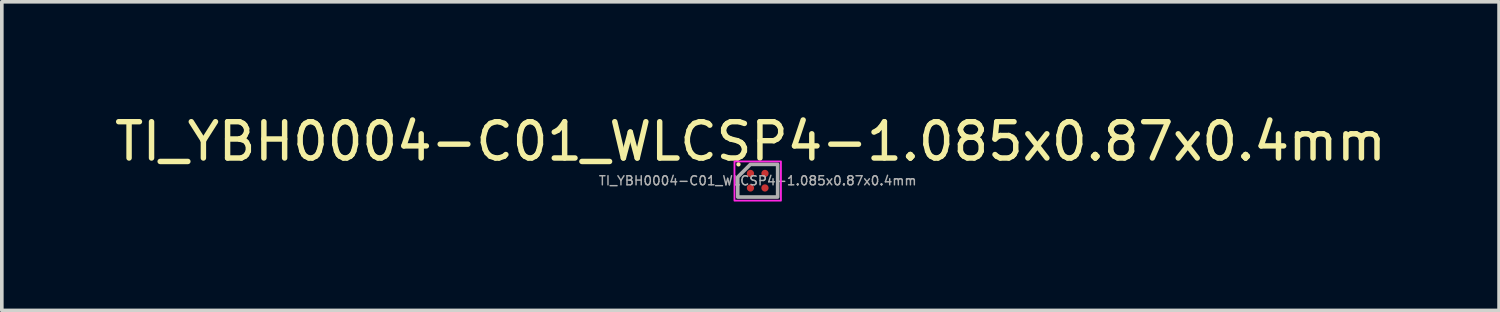
<source format=kicad_pcb>
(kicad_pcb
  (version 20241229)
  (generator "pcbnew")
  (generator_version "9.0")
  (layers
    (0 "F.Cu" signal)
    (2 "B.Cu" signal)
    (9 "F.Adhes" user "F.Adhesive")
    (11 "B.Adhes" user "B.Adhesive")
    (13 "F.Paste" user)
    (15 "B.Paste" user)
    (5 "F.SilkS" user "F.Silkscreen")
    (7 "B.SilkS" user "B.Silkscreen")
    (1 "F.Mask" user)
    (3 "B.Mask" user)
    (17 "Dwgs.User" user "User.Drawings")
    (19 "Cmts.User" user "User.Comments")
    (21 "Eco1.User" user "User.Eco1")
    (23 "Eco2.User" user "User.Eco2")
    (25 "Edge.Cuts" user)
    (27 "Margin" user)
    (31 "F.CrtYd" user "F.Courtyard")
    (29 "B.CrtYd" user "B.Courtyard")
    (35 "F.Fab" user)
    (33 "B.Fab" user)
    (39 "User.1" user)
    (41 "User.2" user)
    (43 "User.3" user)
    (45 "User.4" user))
  (footprint "TI_YBH0004-C01_WLCSP4-1.085x0.87x0.4mm"
    (layer "F.Cu")
    (at 17.825 1.928)
    (property "Reference" "TI_YBH0004-C01_WLCSP4-1.085x0.87x0.4mm" (at -0.2 -1.08 0) (unlocked yes) (layer "F.SilkS") (effects (font (size 1 1) (thickness 0.15))))
    (attr smd)
    (fp_line (start -0.53 -0.45) (end -0.53 -0.45) (stroke (width 0.12) (type solid)) (layer "F.SilkS"))
    (fp_rect (start -0.64 0.55) (end 0.64 -0.53) (stroke (width 0.05) (type solid)) (fill no) (layer "F.CrtYd"))
    (fp_poly (pts (xy -0.55 -0.1) (xy -0.2 -0.45) (xy 0.55 -0.45) (xy 0.55 0.45) (xy -0.55 0.45)) (stroke (width 0.1) (type solid)) (fill no) (layer "F.Fab"))
    (fp_text user "${REFERENCE}" (at 0 0 0) (unlocked yes) (layer "F.Fab") (effects (font (size 0.25 0.25) (thickness 0.04))))
    (pad "A1" smd circle (at -0.2 -0.2) (size 0.2 0.2) (layers "F.Cu" "F.Mask" "F.Paste"))
    (pad "A2" smd circle (at 0.2 -0.2) (size 0.2 0.2) (layers "F.Cu" "F.Mask" "F.Paste"))
    (pad "B1" smd circle (at -0.2 0.2) (size 0.2 0.2) (layers "F.Cu" "F.Mask" "F.Paste"))
    (pad "B2" smd circle (at 0.2 0.2) (size 0.2 0.2) (layers "F.Cu" "F.Mask" "F.Paste")))
  (gr_rect
    (start -3 -3)
    (end 38.25 5.503)
    (stroke (width 0.1) (type default))
    (fill no)
    (layer "Edge.Cuts")))
</source>
